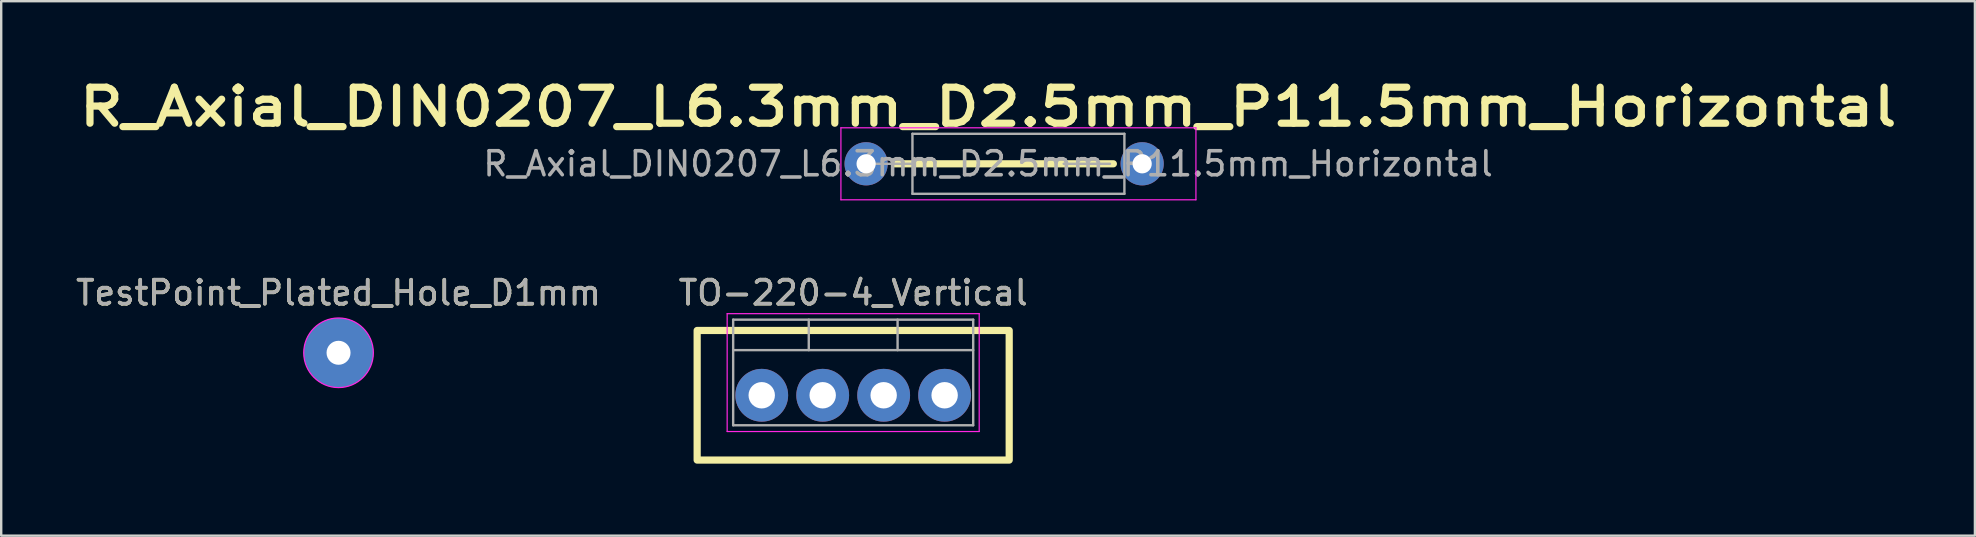
<source format=kicad_pcb>
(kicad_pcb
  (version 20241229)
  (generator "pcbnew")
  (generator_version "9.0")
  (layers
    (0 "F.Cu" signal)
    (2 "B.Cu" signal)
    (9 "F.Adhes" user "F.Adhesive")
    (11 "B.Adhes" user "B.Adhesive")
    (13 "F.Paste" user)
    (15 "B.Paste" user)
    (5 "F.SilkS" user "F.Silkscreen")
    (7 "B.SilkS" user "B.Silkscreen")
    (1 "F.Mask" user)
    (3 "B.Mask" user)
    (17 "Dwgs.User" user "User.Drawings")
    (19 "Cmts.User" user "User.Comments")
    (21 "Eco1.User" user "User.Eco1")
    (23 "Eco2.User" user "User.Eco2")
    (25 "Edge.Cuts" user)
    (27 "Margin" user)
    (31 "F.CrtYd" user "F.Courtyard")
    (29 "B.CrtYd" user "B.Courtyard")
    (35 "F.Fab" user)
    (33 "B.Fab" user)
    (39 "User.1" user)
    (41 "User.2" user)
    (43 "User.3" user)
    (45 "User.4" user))
  (footprint "TO-220-4_Vertical"
    (layer "F.Cu")
    (at 28.684 13.417)
    (property "Reference" "TO-220-4_Vertical" (at 3.81 -4.27 180) (layer "F.SilkS") (effects (font (size 1 1) (thickness 0.15))))
    (attr through_hole)
    (fp_rect (start -2.69 -2.7) (end 10.31 2.7) (stroke (width 0.3) (type default)) (fill no) (layer "F.SilkS"))
    (fp_line (start -1.44 -3.4) (end -1.44 1.51) (stroke (width 0.05) (type solid)) (layer "F.CrtYd"))
    (fp_line (start -1.44 1.51) (end 9.06 1.51) (stroke (width 0.05) (type solid)) (layer "F.CrtYd"))
    (fp_line (start 9.06 -3.4) (end -1.44 -3.4) (stroke (width 0.05) (type solid)) (layer "F.CrtYd"))
    (fp_line (start 9.06 1.51) (end 9.06 -3.4) (stroke (width 0.05) (type solid)) (layer "F.CrtYd"))
    (fp_line (start -1.19 -3.15) (end -1.19 1.25) (stroke (width 0.1) (type solid)) (layer "F.Fab"))
    (fp_line (start -1.19 -1.88) (end 8.81 -1.88) (stroke (width 0.1) (type solid)) (layer "F.Fab"))
    (fp_line (start -1.19 1.25) (end 8.81 1.25) (stroke (width 0.1) (type solid)) (layer "F.Fab"))
    (fp_line (start 1.96 -3.15) (end 1.96 -1.88) (stroke (width 0.1) (type solid)) (layer "F.Fab"))
    (fp_line (start 5.66 -3.15) (end 5.66 -1.88) (stroke (width 0.1) (type solid)) (layer "F.Fab"))
    (fp_line (start 8.81 -3.15) (end -1.19 -3.15) (stroke (width 0.1) (type solid)) (layer "F.Fab"))
    (fp_line (start 8.81 1.25) (end 8.81 -3.15) (stroke (width 0.1) (type solid)) (layer "F.Fab"))
    (fp_text user "${REFERENCE}" (at 3.81 -4.27 180) (layer "F.Fab") (effects (font (size 1 1) (thickness 0.15))))
    (pad "1" thru_hole oval (at 0 0) (size 2.2 2.2) (drill 1.1) (layers "*.Cu" "*.Mask"))
    (pad "2" thru_hole oval (at 2.54 0) (size 2.2 2.2) (drill 1.1) (layers "*.Cu" "*.Mask"))
    (pad "3" thru_hole oval (at 5.08 0) (size 2.2 2.2) (drill 1.1) (layers "*.Cu" "*.Mask"))
    (pad "4" thru_hole oval (at 7.62 0) (size 2.2 2.2) (drill 1.1) (layers "*.Cu" "*.Mask")))
  (footprint "TestPoint_Plated_Hole_D1mm"
    (layer "F.Cu")
    (at 11.054 11.647)
    (property "Reference" "TestPoint_Plated_Hole_D1mm" (at 0 -2.498 0) (layer "F.SilkS") (effects (font (size 1 1) (thickness 0.15))))
    (attr exclude_from_pos_files exclude_from_bom)
    (fp_circle (center 0 0) (end 1.45 0) (stroke (width 0.05) (type solid)) (fill no) (layer "F.CrtYd"))
    (fp_text user "${REFERENCE}" (at 0 -2.5 0) (layer "F.Fab") (effects (font (size 1 1) (thickness 0.15))))
    (pad "1" thru_hole circle (at 0 0) (size 2.9 2.9) (drill 1) (layers "*.Cu" "*.Mask")))
  (footprint "R_Axial_DIN0207_L6.3mm_D2.5mm_P11.5mm_Horizontal"
    (layer "F.Cu")
    (at 33.033 3.774)
    (property "Reference" "R_Axial_DIN0207_L6.3mm_D2.5mm_P11.5mm_Horizontal" (at 5.08 -2.37 0) (layer "F.SilkS") (effects (font (size 1.5 1.8) (thickness 0.3) (bold yes))))
    (attr through_hole)
    (fp_line (start 1.2 0) (end 10.3 0) (stroke (width 0.3) (type solid)) (layer "F.SilkS"))
    (fp_line (start -1.05 -1.5) (end -1.05 1.5) (stroke (width 0.05) (type solid)) (layer "F.CrtYd"))
    (fp_line (start -1.05 1.5) (end 13.74 1.5) (stroke (width 0.05) (type solid)) (layer "F.CrtYd"))
    (fp_line (start 13.74 -1.5) (end -1.05 -1.5) (stroke (width 0.05) (type solid)) (layer "F.CrtYd"))
    (fp_line (start 13.74 1.5) (end 13.74 -1.5) (stroke (width 0.05) (type solid)) (layer "F.CrtYd"))
    (fp_line (start 0 0) (end 1.93 0) (stroke (width 0.1) (type solid)) (layer "F.Fab"))
    (fp_line (start 1.93 -1.25) (end 1.93 1.25) (stroke (width 0.1) (type solid)) (layer "F.Fab"))
    (fp_line (start 1.93 1.25) (end 10.76 1.25) (stroke (width 0.1) (type solid)) (layer "F.Fab"))
    (fp_line (start 10.16 0) (end 8.23 0) (stroke (width 0.1) (type solid)) (layer "F.Fab"))
    (fp_line (start 10.76 -1.25) (end 1.93 -1.25) (stroke (width 0.1) (type solid)) (layer "F.Fab"))
    (fp_line (start 10.76 1.25) (end 10.76 -1.25) (stroke (width 0.1) (type solid)) (layer "F.Fab"))
    (fp_text user "${REFERENCE}" (at 5.08 0 0) (layer "F.Fab") (effects (font (size 1 1) (thickness 0.15))))
    (pad "1" thru_hole circle (at 0 0) (size 1.8 1.8) (drill 0.8) (layers "*.Cu" "*.Mask"))
    (pad "2" thru_hole oval (at 11.5 0) (size 1.8 1.8) (drill 0.8) (layers "*.Cu" "*.Mask")))
  (gr_rect
    (start -3 -3)
    (end 79.226 19.267)
    (stroke (width 0.1) (type default))
    (fill no)
    (layer "Edge.Cuts")))
</source>
